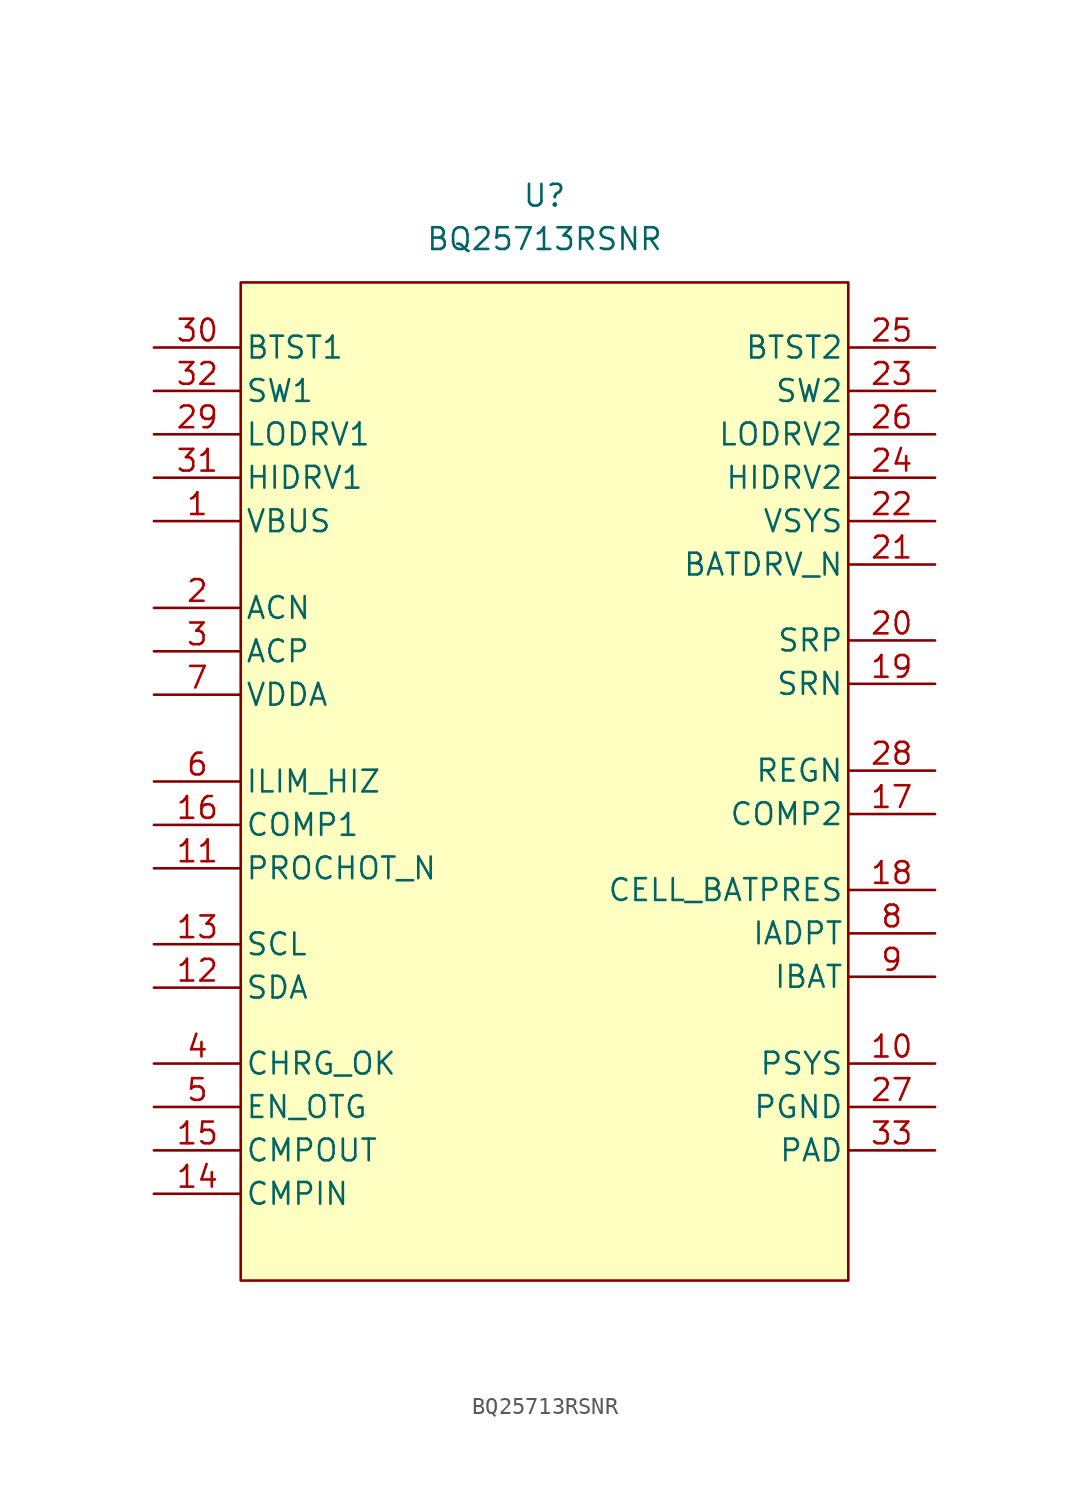
<source format=kicad_sym>
(kicad_symbol_lib
  (version 20231120)
  (generator "kicad_symbol_editor")
  (generator_version "8.99")
  (symbol "BQ25713RSNR"
    (pin_names
      (offset 0.254))
    (property "Reference" "U"
      (at 0 34.29 0)
      (effects (font (size 1.27 1.27))))
    (property "Value" "BQ25713RSNR"
      (at 0 31.75 0)
      (effects (font (size 1.27 1.27))))
    (property "ki_locked" ""
      (at 0 0 0)
      (effects (font (size 1.27 1.27))))
    (symbol "BQ25713RSNR_0_1"
      (pin power_in line (at -22.86 15.24 0) (length 5.08) (name "VBUS" (effects (font (size 1.27 1.27)))) (number "1" (effects (font (size 1.27 1.27)))))
      (pin output line (at 22.86 -16.51 180) (length 5.08) (name "PSYS" (effects (font (size 1.27 1.27)))) (number "10" (effects (font (size 1.27 1.27)))))
      (pin open_collector line (at -22.86 -5.08 0) (length 5.08) (name "PROCHOT_N" (effects (font (size 1.27 1.27)))) (number "11" (effects (font (size 1.27 1.27)))))
      (pin bidirectional line (at -22.86 -12.065 0) (length 5.08) (name "SDA" (effects (font (size 1.27 1.27)))) (number "12" (effects (font (size 1.27 1.27)))))
      (pin input line (at -22.86 -9.525 0) (length 5.08) (name "SCL" (effects (font (size 1.27 1.27)))) (number "13" (effects (font (size 1.27 1.27)))))
      (pin input line (at -22.86 -24.13 0) (length 5.08) (name "CMPIN" (effects (font (size 1.27 1.27)))) (number "14" (effects (font (size 1.27 1.27)))))
      (pin open_collector line (at -22.86 -21.59 0) (length 5.08) (name "CMPOUT" (effects (font (size 1.27 1.27)))) (number "15" (effects (font (size 1.27 1.27)))))
      (pin input line (at -22.86 -2.54 0) (length 5.08) (name "COMP1" (effects (font (size 1.27 1.27)))) (number "16" (effects (font (size 1.27 1.27)))))
      (pin input line (at 22.86 -1.905 180) (length 5.08) (name "COMP2" (effects (font (size 1.27 1.27)))) (number "17" (effects (font (size 1.27 1.27)))))
      (pin input line (at 22.86 -6.35 180) (length 5.08) (name "CELL_BATPRES" (effects (font (size 1.27 1.27)))) (number "18" (effects (font (size 1.27 1.27)))))
      (pin input line (at 22.86 5.715 180) (length 5.08) (name "SRN" (effects (font (size 1.27 1.27)))) (number "19" (effects (font (size 1.27 1.27)))))
      (pin input line (at -22.86 10.16 0) (length 5.08) (name "ACN" (effects (font (size 1.27 1.27)))) (number "2" (effects (font (size 1.27 1.27)))))
      (pin input line (at 22.86 8.255 180) (length 5.08) (name "SRP" (effects (font (size 1.27 1.27)))) (number "20" (effects (font (size 1.27 1.27)))))
      (pin output line (at 22.86 12.7 180) (length 5.08) (name "BATDRV_N" (effects (font (size 1.27 1.27)))) (number "21" (effects (font (size 1.27 1.27)))))
      (pin power_in line (at 22.86 15.24 180) (length 5.08) (name "VSYS" (effects (font (size 1.27 1.27)))) (number "22" (effects (font (size 1.27 1.27)))))
      (pin power_in line (at 22.86 22.86 180) (length 5.08) (name "SW2" (effects (font (size 1.27 1.27)))) (number "23" (effects (font (size 1.27 1.27)))))
      (pin output line (at 22.86 17.78 180) (length 5.08) (name "HIDRV2" (effects (font (size 1.27 1.27)))) (number "24" (effects (font (size 1.27 1.27)))))
      (pin power_in line (at 22.86 25.4 180) (length 5.08) (name "BTST2" (effects (font (size 1.27 1.27)))) (number "25" (effects (font (size 1.27 1.27)))))
      (pin output line (at 22.86 20.32 180) (length 5.08) (name "LODRV2" (effects (font (size 1.27 1.27)))) (number "26" (effects (font (size 1.27 1.27)))))
      (pin power_in line (at 22.86 -19.05 180) (length 5.08) (name "PGND" (effects (font (size 1.27 1.27)))) (number "27" (effects (font (size 1.27 1.27)))))
      (pin power_in line (at 22.86 0.635 180) (length 5.08) (name "REGN" (effects (font (size 1.27 1.27)))) (number "28" (effects (font (size 1.27 1.27)))))
      (pin output line (at -22.86 20.32 0) (length 5.08) (name "LODRV1" (effects (font (size 1.27 1.27)))) (number "29" (effects (font (size 1.27 1.27)))))
      (pin input line (at -22.86 7.62 0) (length 5.08) (name "ACP" (effects (font (size 1.27 1.27)))) (number "3" (effects (font (size 1.27 1.27)))))
      (pin power_in line (at -22.86 25.4 0) (length 5.08) (name "BTST1" (effects (font (size 1.27 1.27)))) (number "30" (effects (font (size 1.27 1.27)))))
      (pin output line (at -22.86 17.78 0) (length 5.08) (name "HIDRV1" (effects (font (size 1.27 1.27)))) (number "31" (effects (font (size 1.27 1.27)))))
      (pin power_in line (at -22.86 22.86 0) (length 5.08) (name "SW1" (effects (font (size 1.27 1.27)))) (number "32" (effects (font (size 1.27 1.27)))))
      (pin power_in line (at 22.86 -21.59 180) (length 5.08) (name "PAD" (effects (font (size 1.27 1.27)))) (number "33" (effects (font (size 1.27 1.27)))))
      (pin open_collector line (at -22.86 -16.51 0) (length 5.08) (name "CHRG_OK" (effects (font (size 1.27 1.27)))) (number "4" (effects (font (size 1.27 1.27)))))
      (pin input line (at -22.86 -19.05 0) (length 5.08) (name "EN_OTG" (effects (font (size 1.27 1.27)))) (number "5" (effects (font (size 1.27 1.27)))))
      (pin input line (at -22.86 0 0) (length 5.08) (name "ILIM_HIZ" (effects (font (size 1.27 1.27)))) (number "6" (effects (font (size 1.27 1.27)))))
      (pin power_in line (at -22.86 5.08 0) (length 5.08) (name "VDDA" (effects (font (size 1.27 1.27)))) (number "7" (effects (font (size 1.27 1.27)))))
      (pin output line (at 22.86 -8.89 180) (length 5.08) (name "IADPT" (effects (font (size 1.27 1.27)))) (number "8" (effects (font (size 1.27 1.27)))))
      (pin output line (at 22.86 -11.43 180) (length 5.08) (name "IBAT" (effects (font (size 1.27 1.27)))) (number "9" (effects (font (size 1.27 1.27))))))
    (symbol "BQ25713RSNR_1_1"
      (rectangle (start -17.78 29.21) (end 17.78 -29.21) (stroke (width 0) (type default)) (fill (type background))))))
</source>
